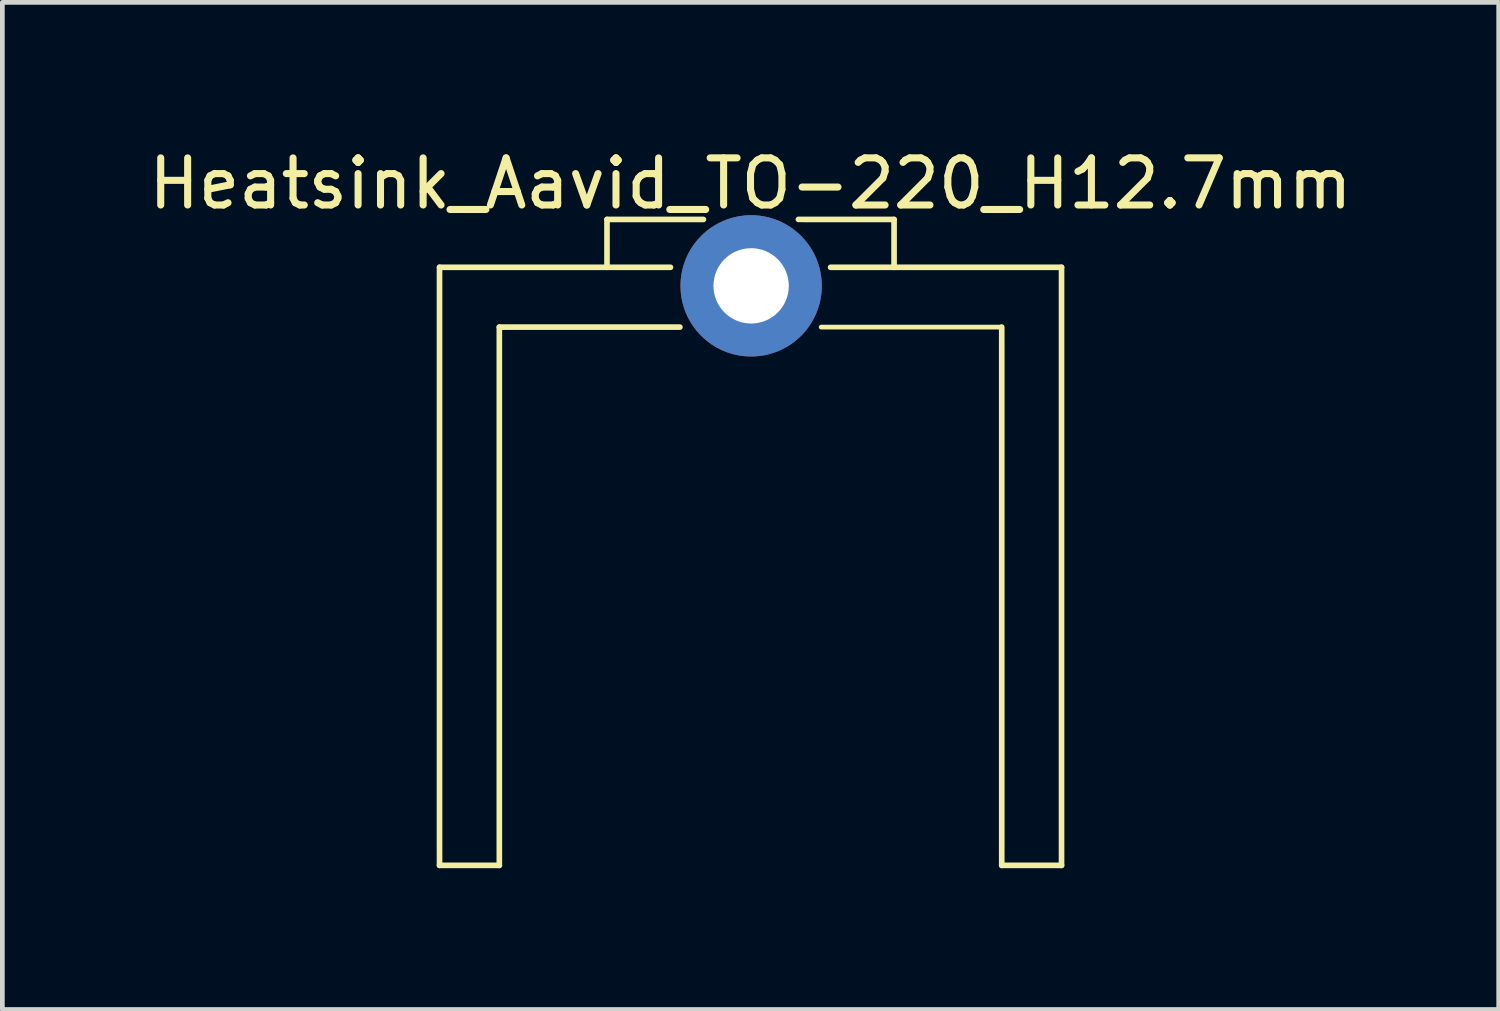
<source format=kicad_pcb>
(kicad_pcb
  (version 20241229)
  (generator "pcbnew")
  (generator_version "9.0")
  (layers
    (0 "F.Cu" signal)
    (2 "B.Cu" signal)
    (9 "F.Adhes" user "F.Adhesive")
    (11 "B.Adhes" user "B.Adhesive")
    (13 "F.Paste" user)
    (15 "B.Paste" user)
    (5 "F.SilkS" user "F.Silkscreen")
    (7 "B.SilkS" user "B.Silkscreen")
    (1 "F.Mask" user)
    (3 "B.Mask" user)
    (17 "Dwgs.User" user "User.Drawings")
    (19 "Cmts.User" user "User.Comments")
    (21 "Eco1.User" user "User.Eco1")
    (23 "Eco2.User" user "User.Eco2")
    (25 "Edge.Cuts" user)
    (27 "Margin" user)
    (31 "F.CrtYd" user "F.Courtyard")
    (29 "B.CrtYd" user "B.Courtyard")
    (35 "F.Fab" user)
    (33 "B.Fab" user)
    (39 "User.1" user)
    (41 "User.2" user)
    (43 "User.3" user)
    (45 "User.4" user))
  (footprint "Heatsink_Aavid_TO-220_H12.7mm"
    (layer "F.Cu")
    (at 12.887 3.896)
    (property "Reference" "Heatsink_Aavid_TO-220_H12.7mm" (at 0 -3.048 0) (layer "F.SilkS") (effects (font (size 1 1) (thickness 0.15))))
    (attr through_hole)
    (fp_line (start -6.604 -1.27) (end -6.604 11.43) (stroke (width 0.12) (type solid)) (layer "F.SilkS"))
    (fp_line (start -6.604 11.43) (end -5.334 11.43) (stroke (width 0.12) (type solid)) (layer "F.SilkS"))
    (fp_line (start -5.334 0) (end -1.5 0) (stroke (width 0.12) (type solid)) (layer "F.SilkS"))
    (fp_line (start -5.334 11.43) (end -5.334 0) (stroke (width 0.12) (type solid)) (layer "F.SilkS"))
    (fp_line (start -3.048 -2.286) (end -1 -2.286) (stroke (width 0.12) (type solid)) (layer "F.SilkS"))
    (fp_line (start -3.048 -1.27) (end -3.048 -2.286) (stroke (width 0.12) (type solid)) (layer "F.SilkS"))
    (fp_line (start -1.7 -1.27) (end -6.604 -1.27) (stroke (width 0.12) (type solid)) (layer "F.SilkS"))
    (fp_line (start 1.5 0) (end 5.334 0) (stroke (width 0.1) (type default)) (layer "F.SilkS"))
    (fp_line (start 3.048 -2.286) (end 1.017 -2.287) (stroke (width 0.12) (type default)) (layer "F.SilkS"))
    (fp_line (start 3.048 -2.286) (end 3.048 -1.27) (stroke (width 0.12) (type solid)) (layer "F.SilkS"))
    (fp_line (start 5.334 0) (end 5.334 11.43) (stroke (width 0.12) (type solid)) (layer "F.SilkS"))
    (fp_line (start 5.334 11.43) (end 6.604 11.43) (stroke (width 0.12) (type solid)) (layer "F.SilkS"))
    (fp_line (start 6.604 -1.27) (end 1.7 -1.27) (stroke (width 0.12) (type default)) (layer "F.SilkS"))
    (fp_line (start 6.604 11.43) (end 6.604 -1.27) (stroke (width 0.12) (type solid)) (layer "F.SilkS"))
    (pad "1" thru_hole circle (at 0.013 -0.876) (size 3 3) (drill 1.6) (layers "*.Cu" "*.Mask")))
  (gr_rect
    (start -3 -3)
    (end 28.774 18.386)
    (stroke (width 0.1) (type default))
    (fill no)
    (layer "Edge.Cuts")))
</source>
